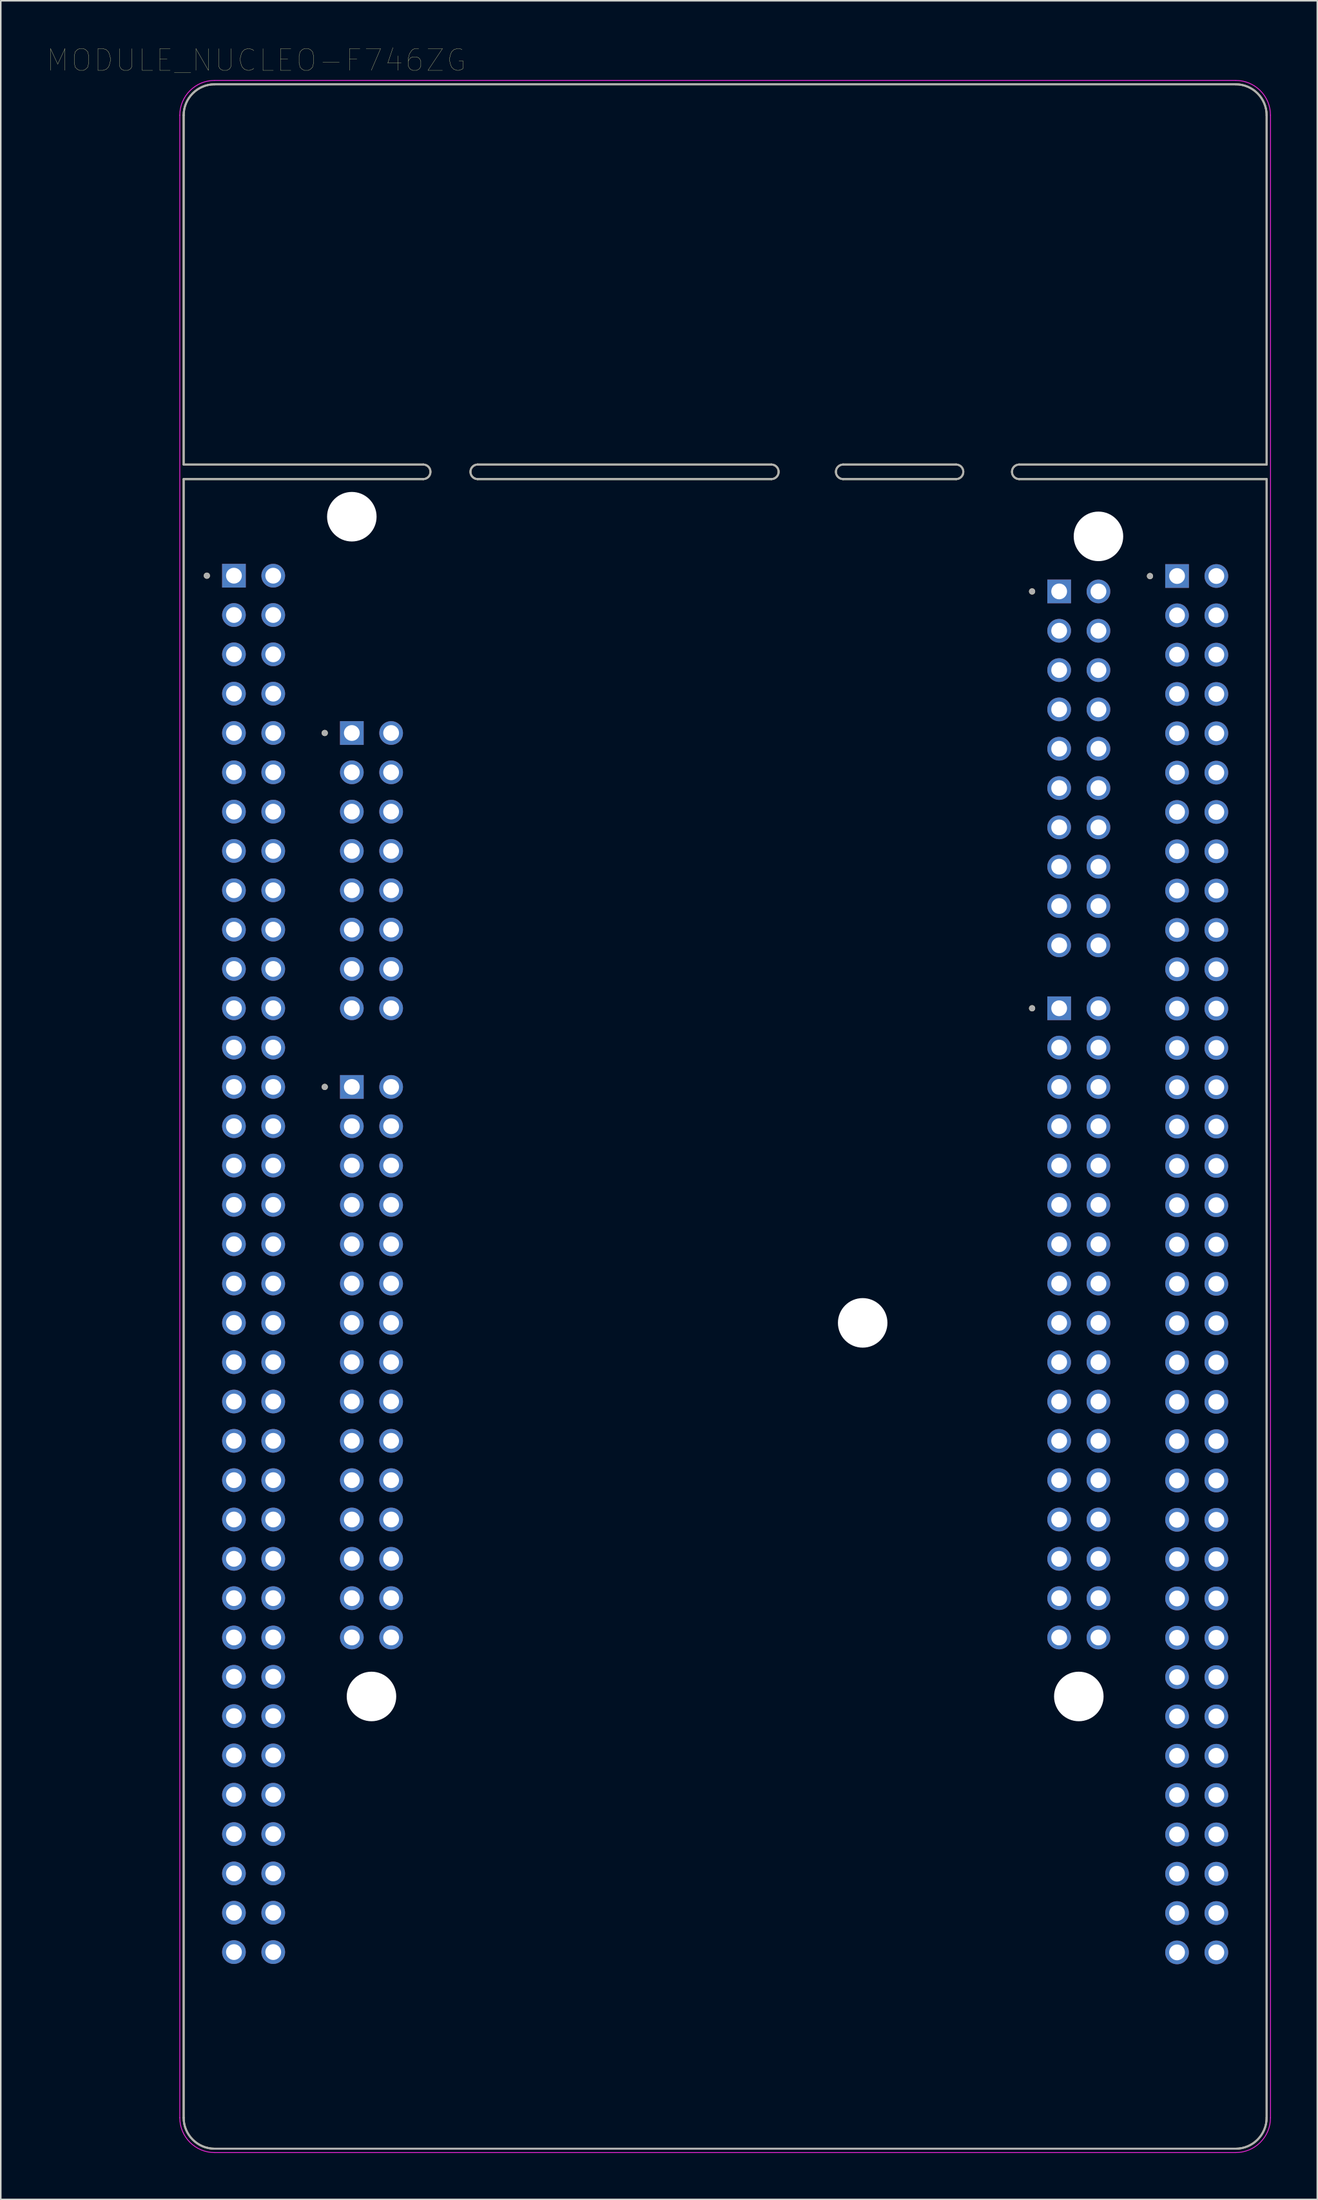
<source format=kicad_pcb>
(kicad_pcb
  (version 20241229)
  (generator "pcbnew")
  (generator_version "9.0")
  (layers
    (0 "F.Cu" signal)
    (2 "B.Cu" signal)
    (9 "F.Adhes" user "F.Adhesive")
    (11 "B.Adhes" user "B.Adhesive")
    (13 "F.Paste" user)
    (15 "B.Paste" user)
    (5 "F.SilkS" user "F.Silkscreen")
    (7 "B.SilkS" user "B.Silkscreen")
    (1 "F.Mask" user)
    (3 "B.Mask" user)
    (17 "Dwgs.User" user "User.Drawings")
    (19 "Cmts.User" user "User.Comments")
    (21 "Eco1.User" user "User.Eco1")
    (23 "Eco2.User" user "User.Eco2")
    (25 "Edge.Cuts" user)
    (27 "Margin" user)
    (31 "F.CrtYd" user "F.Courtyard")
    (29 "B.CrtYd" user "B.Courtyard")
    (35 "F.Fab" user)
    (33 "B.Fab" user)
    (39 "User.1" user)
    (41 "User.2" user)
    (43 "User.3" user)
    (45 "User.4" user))
  (footprint "MODULE_NUCLEO-F746ZG"
    (layer "F.Cu")
    (at 43.821 69.064)
    (property "Reference" "MODULE_NUCLEO-F746ZG" (at -30.305 -68.219 0) (layer "F.SilkS") (effects (font (size 1.4 1.4) (thickness 0.015))))
    (attr through_hole)
    (fp_line (start -35 -64.67) (end -35 -42.11) (stroke (width 0.127) (type solid)) (layer "F.SilkS"))
    (fp_line (start -35 -42.11) (end -19.507 -42.11) (stroke (width 0.127) (type solid)) (layer "F.SilkS"))
    (fp_line (start -35 -41.17) (end -35 64.67) (stroke (width 0.127) (type solid)) (layer "F.SilkS"))
    (fp_line (start -35 -41.17) (end -19.507 -41.17) (stroke (width 0.127) (type solid)) (layer "F.SilkS"))
    (fp_line (start -33 66.67) (end 33 66.67) (stroke (width 0.127) (type solid)) (layer "F.SilkS"))
    (fp_line (start -16.002 -42.11) (end 2.997 -42.11) (stroke (width 0.127) (type solid)) (layer "F.SilkS"))
    (fp_line (start -16.002 -41.17) (end 2.997 -41.17) (stroke (width 0.127) (type solid)) (layer "F.SilkS"))
    (fp_line (start 7.62 -42.11) (end 14.935 -42.11) (stroke (width 0.127) (type solid)) (layer "F.SilkS"))
    (fp_line (start 7.62 -41.17) (end 14.935 -41.17) (stroke (width 0.127) (type solid)) (layer "F.SilkS"))
    (fp_line (start 18.999 -42.11) (end 35 -42.11) (stroke (width 0.127) (type solid)) (layer "F.SilkS"))
    (fp_line (start 18.999 -41.17) (end 35 -41.17) (stroke (width 0.127) (type solid)) (layer "F.SilkS"))
    (fp_line (start 33 -66.67) (end -33 -66.67) (stroke (width 0.127) (type solid)) (layer "F.SilkS"))
    (fp_line (start 35 -42.11) (end 35 -64.67) (stroke (width 0.127) (type solid)) (layer "F.SilkS"))
    (fp_line (start 35 64.67) (end 35 -41.17) (stroke (width 0.127) (type solid)) (layer "F.SilkS"))
    (fp_arc (start -35 -64.67) (mid -34.414214 -66.084214) (end -33 -66.67) (stroke (width 0.127) (type solid)) (layer "F.SilkS"))
    (fp_arc (start -33 66.67) (mid -34.414214 66.084214) (end -35 64.67) (stroke (width 0.127) (type solid)) (layer "F.SilkS"))
    (fp_arc (start -19.507199 -42.11) (mid -19.044602 -41.64) (end -19.5072 -41.17) (stroke (width 0.127) (type solid)) (layer "F.SilkS"))
    (fp_arc (start -16.002001 -41.17) (mid -16.464598 -41.64) (end -16.002 -42.11) (stroke (width 0.127) (type solid)) (layer "F.SilkS"))
    (fp_arc (start 2.997201 -42.11) (mid 3.459798 -41.64) (end 2.9972 -41.17) (stroke (width 0.127) (type solid)) (layer "F.SilkS"))
    (fp_arc (start 7.619999 -41.17) (mid 7.157402 -41.64) (end 7.62 -42.11) (stroke (width 0.127) (type solid)) (layer "F.SilkS"))
    (fp_arc (start 14.935201 -42.11) (mid 15.397798 -41.64) (end 14.9352 -41.17) (stroke (width 0.127) (type solid)) (layer "F.SilkS"))
    (fp_arc (start 18.999199 -41.17) (mid 18.536602 -41.64) (end 18.9992 -42.11) (stroke (width 0.127) (type solid)) (layer "F.SilkS"))
    (fp_arc (start 33 -66.67) (mid 34.414214 -66.084214) (end 35 -64.67) (stroke (width 0.127) (type solid)) (layer "F.SilkS"))
    (fp_arc (start 35 64.67) (mid 34.414214 66.084214) (end 33 66.67) (stroke (width 0.127) (type solid)) (layer "F.SilkS"))
    (fp_circle (center -33.5 -34.93) (end -33.4 -34.93) (stroke (width 0.2) (type solid)) (fill no) (layer "F.SilkS"))
    (fp_circle (center -25.88 -24.77) (end -25.78 -24.77) (stroke (width 0.2) (type solid)) (fill no) (layer "F.SilkS"))
    (fp_circle (center -25.88 -1.91) (end -25.78 -1.91) (stroke (width 0.2) (type solid)) (fill no) (layer "F.SilkS"))
    (fp_circle (center 19.84 -33.914) (end 19.94 -33.914) (stroke (width 0.2) (type solid)) (fill no) (layer "F.SilkS"))
    (fp_circle (center 19.84 -6.99) (end 19.94 -6.99) (stroke (width 0.2) (type solid)) (fill no) (layer "F.SilkS"))
    (fp_circle (center 27.46 -34.905) (end 27.56 -34.905) (stroke (width 0.2) (type solid)) (fill no) (layer "F.SilkS"))
    (fp_line (start -35.25 -64.67) (end -35.25 64.67) (stroke (width 0.05) (type solid)) (layer "F.CrtYd"))
    (fp_line (start -33 66.92) (end 33 66.92) (stroke (width 0.05) (type solid)) (layer "F.CrtYd"))
    (fp_line (start 33 -66.92) (end -33 -66.92) (stroke (width 0.05) (type solid)) (layer "F.CrtYd"))
    (fp_line (start 35.25 64.67) (end 35.25 -64.67) (stroke (width 0.05) (type solid)) (layer "F.CrtYd"))
    (fp_arc (start -35.25 -64.67) (mid -34.59099 -66.26099) (end -33 -66.92) (stroke (width 0.05) (type solid)) (layer "F.CrtYd"))
    (fp_arc (start -33 66.92) (mid -34.59099 66.26099) (end -35.25 64.67) (stroke (width 0.05) (type solid)) (layer "F.CrtYd"))
    (fp_arc (start 33 -66.92) (mid 34.59099 -66.26099) (end 35.25 -64.67) (stroke (width 0.05) (type solid)) (layer "F.CrtYd"))
    (fp_arc (start 35.25 64.67) (mid 34.59099 66.26099) (end 33 66.92) (stroke (width 0.05) (type solid)) (layer "F.CrtYd"))
    (fp_line (start -35 -64.67) (end -35 -42.11) (stroke (width 0.127) (type solid)) (layer "F.Fab"))
    (fp_line (start -35 -42.11) (end -19.507 -42.11) (stroke (width 0.127) (type solid)) (layer "F.Fab"))
    (fp_line (start -35 -41.17) (end -35 64.67) (stroke (width 0.127) (type solid)) (layer "F.Fab"))
    (fp_line (start -35 -41.17) (end -19.507 -41.17) (stroke (width 0.127) (type solid)) (layer "F.Fab"))
    (fp_line (start -33 66.67) (end 33 66.67) (stroke (width 0.127) (type solid)) (layer "F.Fab"))
    (fp_line (start -16.002 -42.11) (end 2.997 -42.11) (stroke (width 0.127) (type solid)) (layer "F.Fab"))
    (fp_line (start -16.002 -41.17) (end 2.997 -41.17) (stroke (width 0.127) (type solid)) (layer "F.Fab"))
    (fp_line (start 7.62 -42.11) (end 14.935 -42.11) (stroke (width 0.127) (type solid)) (layer "F.Fab"))
    (fp_line (start 7.62 -41.17) (end 14.935 -41.17) (stroke (width 0.127) (type solid)) (layer "F.Fab"))
    (fp_line (start 18.999 -42.11) (end 35 -42.11) (stroke (width 0.127) (type solid)) (layer "F.Fab"))
    (fp_line (start 18.999 -41.17) (end 35 -41.17) (stroke (width 0.127) (type solid)) (layer "F.Fab"))
    (fp_line (start 33 -66.67) (end -33 -66.67) (stroke (width 0.127) (type solid)) (layer "F.Fab"))
    (fp_line (start 35 -42.11) (end 35 -64.67) (stroke (width 0.127) (type solid)) (layer "F.Fab"))
    (fp_line (start 35 64.67) (end 35 -41.17) (stroke (width 0.127) (type solid)) (layer "F.Fab"))
    (fp_arc (start -35 -64.67) (mid -34.414214 -66.084214) (end -33 -66.67) (stroke (width 0.127) (type solid)) (layer "F.Fab"))
    (fp_arc (start -33 66.67) (mid -34.414214 66.084214) (end -35 64.67) (stroke (width 0.127) (type solid)) (layer "F.Fab"))
    (fp_arc (start -19.507199 -42.11) (mid -19.044602 -41.64) (end -19.5072 -41.17) (stroke (width 0.127) (type solid)) (layer "F.Fab"))
    (fp_arc (start -16.002001 -41.17) (mid -16.464598 -41.64) (end -16.002 -42.11) (stroke (width 0.127) (type solid)) (layer "F.Fab"))
    (fp_arc (start 2.997201 -42.11) (mid 3.459798 -41.64) (end 2.9972 -41.17) (stroke (width 0.127) (type solid)) (layer "F.Fab"))
    (fp_arc (start 7.619999 -41.17) (mid 7.157402 -41.64) (end 7.62 -42.11) (stroke (width 0.127) (type solid)) (layer "F.Fab"))
    (fp_arc (start 14.935201 -42.11) (mid 15.397798 -41.64) (end 14.9352 -41.17) (stroke (width 0.127) (type solid)) (layer "F.Fab"))
    (fp_arc (start 18.999199 -41.17) (mid 18.536602 -41.64) (end 18.9992 -42.11) (stroke (width 0.127) (type solid)) (layer "F.Fab"))
    (fp_arc (start 33 -66.67) (mid 34.414214 -66.084214) (end 35 -64.67) (stroke (width 0.127) (type solid)) (layer "F.Fab"))
    (fp_arc (start 35 64.67) (mid 34.414214 66.084214) (end 33 66.67) (stroke (width 0.127) (type solid)) (layer "F.Fab"))
    (fp_circle (center -33.5 -34.93) (end -33.4 -34.93) (stroke (width 0.2) (type solid)) (fill no) (layer "F.Fab"))
    (fp_circle (center -25.88 -24.77) (end -25.78 -24.77) (stroke (width 0.2) (type solid)) (fill no) (layer "F.Fab"))
    (fp_circle (center -25.88 -1.91) (end -25.78 -1.91) (stroke (width 0.2) (type solid)) (fill no) (layer "F.Fab"))
    (fp_circle (center 19.84 -33.914) (end 19.94 -33.914) (stroke (width 0.2) (type solid)) (fill no) (layer "F.Fab"))
    (fp_circle (center 19.84 -6.99) (end 19.94 -6.99) (stroke (width 0.2) (type solid)) (fill no) (layer "F.Fab"))
    (fp_circle (center 27.46 -34.905) (end 27.56 -34.905) (stroke (width 0.2) (type solid)) (fill no) (layer "F.Fab"))
    (pad "" np_thru_hole circle (at -24.13 -38.74) (size 3.2 3.2) (drill 3.2) (layers "*.Cu" "*.Mask"))
    (pad "" np_thru_hole circle (at -22.86 37.46) (size 3.2 3.2) (drill 3.2) (layers "*.Cu" "*.Mask"))
    (pad "" np_thru_hole circle (at 8.89 13.33) (size 3.2 3.2) (drill 3.2) (layers "*.Cu" "*.Mask"))
    (pad "" np_thru_hole circle (at 22.86 37.46) (size 3.2 3.2) (drill 3.2) (layers "*.Cu" "*.Mask"))
    (pad "" np_thru_hole circle (at 24.13 -37.47) (size 3.2 3.2) (drill 3.2) (layers "*.Cu" "*.Mask"))
    (pad "CN7_1" thru_hole rect (at 21.59 -33.914) (size 1.53 1.53) (drill 1.02) (layers "*.Cu" "*.Mask"))
    (pad "CN7_2" thru_hole circle (at 24.13 -33.914) (size 1.53 1.53) (drill 1.02) (layers "*.Cu" "*.Mask"))
    (pad "CN7_3" thru_hole circle (at 21.59 -31.374) (size 1.53 1.53) (drill 1.02) (layers "*.Cu" "*.Mask"))
    (pad "CN7_4" thru_hole circle (at 24.13 -31.374) (size 1.53 1.53) (drill 1.02) (layers "*.Cu" "*.Mask"))
    (pad "CN7_5" thru_hole circle (at 21.59 -28.834) (size 1.53 1.53) (drill 1.02) (layers "*.Cu" "*.Mask"))
    (pad "CN7_6" thru_hole circle (at 24.13 -28.834) (size 1.53 1.53) (drill 1.02) (layers "*.Cu" "*.Mask"))
    (pad "CN7_7" thru_hole circle (at 21.59 -26.294) (size 1.53 1.53) (drill 1.02) (layers "*.Cu" "*.Mask"))
    (pad "CN7_8" thru_hole circle (at 24.13 -26.294) (size 1.53 1.53) (drill 1.02) (layers "*.Cu" "*.Mask"))
    (pad "CN7_9" thru_hole circle (at 21.59 -23.754) (size 1.53 1.53) (drill 1.02) (layers "*.Cu" "*.Mask"))
    (pad "CN7_10" thru_hole circle (at 24.13 -23.754) (size 1.53 1.53) (drill 1.02) (layers "*.Cu" "*.Mask"))
    (pad "CN7_11" thru_hole circle (at 21.59 -21.214) (size 1.53 1.53) (drill 1.02) (layers "*.Cu" "*.Mask"))
    (pad "CN7_12" thru_hole circle (at 24.13 -21.214) (size 1.53 1.53) (drill 1.02) (layers "*.Cu" "*.Mask"))
    (pad "CN7_13" thru_hole circle (at 21.59 -18.674) (size 1.53 1.53) (drill 1.02) (layers "*.Cu" "*.Mask"))
    (pad "CN7_14" thru_hole circle (at 24.13 -18.674) (size 1.53 1.53) (drill 1.02) (layers "*.Cu" "*.Mask"))
    (pad "CN7_15" thru_hole circle (at 21.59 -16.134) (size 1.53 1.53) (drill 1.02) (layers "*.Cu" "*.Mask"))
    (pad "CN7_16" thru_hole circle (at 24.13 -16.134) (size 1.53 1.53) (drill 1.02) (layers "*.Cu" "*.Mask"))
    (pad "CN7_17" thru_hole circle (at 21.59 -13.594) (size 1.53 1.53) (drill 1.02) (layers "*.Cu" "*.Mask"))
    (pad "CN7_18" thru_hole circle (at 24.13 -13.594) (size 1.53 1.53) (drill 1.02) (layers "*.Cu" "*.Mask"))
    (pad "CN7_19" thru_hole circle (at 21.59 -11.054) (size 1.53 1.53) (drill 1.02) (layers "*.Cu" "*.Mask"))
    (pad "CN7_20" thru_hole circle (at 24.13 -11.054) (size 1.53 1.53) (drill 1.02) (layers "*.Cu" "*.Mask"))
    (pad "CN8_1" thru_hole rect (at -24.13 -24.77) (size 1.53 1.53) (drill 1.02) (layers "*.Cu" "*.Mask"))
    (pad "CN8_2" thru_hole circle (at -21.59 -24.77) (size 1.53 1.53) (drill 1.02) (layers "*.Cu" "*.Mask"))
    (pad "CN8_3" thru_hole circle (at -24.13 -22.23) (size 1.53 1.53) (drill 1.02) (layers "*.Cu" "*.Mask"))
    (pad "CN8_4" thru_hole circle (at -21.59 -22.23) (size 1.53 1.53) (drill 1.02) (layers "*.Cu" "*.Mask"))
    (pad "CN8_5" thru_hole circle (at -24.13 -19.69) (size 1.53 1.53) (drill 1.02) (layers "*.Cu" "*.Mask"))
    (pad "CN8_6" thru_hole circle (at -21.59 -19.69) (size 1.53 1.53) (drill 1.02) (layers "*.Cu" "*.Mask"))
    (pad "CN8_7" thru_hole circle (at -24.13 -17.15) (size 1.53 1.53) (drill 1.02) (layers "*.Cu" "*.Mask"))
    (pad "CN8_8" thru_hole circle (at -21.59 -17.15) (size 1.53 1.53) (drill 1.02) (layers "*.Cu" "*.Mask"))
    (pad "CN8_9" thru_hole circle (at -24.13 -14.61) (size 1.53 1.53) (drill 1.02) (layers "*.Cu" "*.Mask"))
    (pad "CN8_10" thru_hole circle (at -21.59 -14.61) (size 1.53 1.53) (drill 1.02) (layers "*.Cu" "*.Mask"))
    (pad "CN8_11" thru_hole circle (at -24.13 -12.07) (size 1.53 1.53) (drill 1.02) (layers "*.Cu" "*.Mask"))
    (pad "CN8_12" thru_hole circle (at -21.59 -12.07) (size 1.53 1.53) (drill 1.02) (layers "*.Cu" "*.Mask"))
    (pad "CN8_13" thru_hole circle (at -24.13 -9.53) (size 1.53 1.53) (drill 1.02) (layers "*.Cu" "*.Mask"))
    (pad "CN8_14" thru_hole circle (at -21.59 -9.53) (size 1.53 1.53) (drill 1.02) (layers "*.Cu" "*.Mask"))
    (pad "CN8_15" thru_hole circle (at -24.13 -6.99) (size 1.53 1.53) (drill 1.02) (layers "*.Cu" "*.Mask"))
    (pad "CN8_16" thru_hole circle (at -21.59 -6.99) (size 1.53 1.53) (drill 1.02) (layers "*.Cu" "*.Mask"))
    (pad "CN9_1" thru_hole rect (at -24.13 -1.91) (size 1.53 1.53) (drill 1.02) (layers "*.Cu" "*.Mask"))
    (pad "CN9_2" thru_hole circle (at -21.59 -1.91) (size 1.53 1.53) (drill 1.02) (layers "*.Cu" "*.Mask"))
    (pad "CN9_3" thru_hole circle (at -24.13 0.63) (size 1.53 1.53) (drill 1.02) (layers "*.Cu" "*.Mask"))
    (pad "CN9_4" thru_hole circle (at -21.59 0.63) (size 1.53 1.53) (drill 1.02) (layers "*.Cu" "*.Mask"))
    (pad "CN9_5" thru_hole circle (at -24.13 3.17) (size 1.53 1.53) (drill 1.02) (layers "*.Cu" "*.Mask"))
    (pad "CN9_6" thru_hole circle (at -21.59 3.17) (size 1.53 1.53) (drill 1.02) (layers "*.Cu" "*.Mask"))
    (pad "CN9_7" thru_hole circle (at -24.13 5.71) (size 1.53 1.53) (drill 1.02) (layers "*.Cu" "*.Mask"))
    (pad "CN9_8" thru_hole circle (at -21.59 5.71) (size 1.53 1.53) (drill 1.02) (layers "*.Cu" "*.Mask"))
    (pad "CN9_9" thru_hole circle (at -24.13 8.25) (size 1.53 1.53) (drill 1.02) (layers "*.Cu" "*.Mask"))
    (pad "CN9_10" thru_hole circle (at -21.59 8.25) (size 1.53 1.53) (drill 1.02) (layers "*.Cu" "*.Mask"))
    (pad "CN9_11" thru_hole circle (at -24.13 10.79) (size 1.53 1.53) (drill 1.02) (layers "*.Cu" "*.Mask"))
    (pad "CN9_12" thru_hole circle (at -21.59 10.79) (size 1.53 1.53) (drill 1.02) (layers "*.Cu" "*.Mask"))
    (pad "CN9_13" thru_hole circle (at -24.13 13.33) (size 1.53 1.53) (drill 1.02) (layers "*.Cu" "*.Mask"))
    (pad "CN9_14" thru_hole circle (at -21.59 13.33) (size 1.53 1.53) (drill 1.02) (layers "*.Cu" "*.Mask"))
    (pad "CN9_15" thru_hole circle (at -24.13 15.87) (size 1.53 1.53) (drill 1.02) (layers "*.Cu" "*.Mask"))
    (pad "CN9_16" thru_hole circle (at -21.59 15.87) (size 1.53 1.53) (drill 1.02) (layers "*.Cu" "*.Mask"))
    (pad "CN9_17" thru_hole circle (at -24.13 18.41) (size 1.53 1.53) (drill 1.02) (layers "*.Cu" "*.Mask"))
    (pad "CN9_18" thru_hole circle (at -21.59 18.41) (size 1.53 1.53) (drill 1.02) (layers "*.Cu" "*.Mask"))
    (pad "CN9_19" thru_hole circle (at -24.13 20.95) (size 1.53 1.53) (drill 1.02) (layers "*.Cu" "*.Mask"))
    (pad "CN9_20" thru_hole circle (at -21.59 20.95) (size 1.53 1.53) (drill 1.02) (layers "*.Cu" "*.Mask"))
    (pad "CN9_21" thru_hole circle (at -24.13 23.49) (size 1.53 1.53) (drill 1.02) (layers "*.Cu" "*.Mask"))
    (pad "CN9_22" thru_hole circle (at -21.59 23.49) (size 1.53 1.53) (drill 1.02) (layers "*.Cu" "*.Mask"))
    (pad "CN9_23" thru_hole circle (at -24.13 26.03) (size 1.53 1.53) (drill 1.02) (layers "*.Cu" "*.Mask"))
    (pad "CN9_24" thru_hole circle (at -21.59 26.03) (size 1.53 1.53) (drill 1.02) (layers "*.Cu" "*.Mask"))
    (pad "CN9_25" thru_hole circle (at -24.13 28.57) (size 1.53 1.53) (drill 1.02) (layers "*.Cu" "*.Mask"))
    (pad "CN9_26" thru_hole circle (at -21.59 28.57) (size 1.53 1.53) (drill 1.02) (layers "*.Cu" "*.Mask"))
    (pad "CN9_27" thru_hole circle (at -24.13 31.11) (size 1.53 1.53) (drill 1.02) (layers "*.Cu" "*.Mask"))
    (pad "CN9_28" thru_hole circle (at -21.59 31.11) (size 1.53 1.53) (drill 1.02) (layers "*.Cu" "*.Mask"))
    (pad "CN9_29" thru_hole circle (at -24.13 33.65) (size 1.53 1.53) (drill 1.02) (layers "*.Cu" "*.Mask"))
    (pad "CN9_30" thru_hole circle (at -21.59 33.65) (size 1.53 1.53) (drill 1.02) (layers "*.Cu" "*.Mask"))
    (pad "CN10_1" thru_hole rect (at 21.59 -6.99) (size 1.53 1.53) (drill 1.02) (layers "*.Cu" "*.Mask"))
    (pad "CN10_2" thru_hole circle (at 24.13 -6.99) (size 1.53 1.53) (drill 1.02) (layers "*.Cu" "*.Mask"))
    (pad "CN10_3" thru_hole circle (at 21.59 -4.45) (size 1.53 1.53) (drill 1.02) (layers "*.Cu" "*.Mask"))
    (pad "CN10_4" thru_hole circle (at 24.13 -4.45) (size 1.53 1.53) (drill 1.02) (layers "*.Cu" "*.Mask"))
    (pad "CN10_5" thru_hole circle (at 21.59 -1.91) (size 1.53 1.53) (drill 1.02) (layers "*.Cu" "*.Mask"))
    (pad "CN10_6" thru_hole circle (at 24.13 -1.91) (size 1.53 1.53) (drill 1.02) (layers "*.Cu" "*.Mask"))
    (pad "CN10_7" thru_hole circle (at 21.59 0.63) (size 1.53 1.53) (drill 1.02) (layers "*.Cu" "*.Mask"))
    (pad "CN10_8" thru_hole circle (at 24.13 0.63) (size 1.53 1.53) (drill 1.02) (layers "*.Cu" "*.Mask"))
    (pad "CN10_9" thru_hole circle (at 21.59 3.17) (size 1.53 1.53) (drill 1.02) (layers "*.Cu" "*.Mask"))
    (pad "CN10_10" thru_hole circle (at 24.13 3.17) (size 1.53 1.53) (drill 1.02) (layers "*.Cu" "*.Mask"))
    (pad "CN10_11" thru_hole circle (at 21.59 5.71) (size 1.53 1.53) (drill 1.02) (layers "*.Cu" "*.Mask"))
    (pad "CN10_12" thru_hole circle (at 24.13 5.71) (size 1.53 1.53) (drill 1.02) (layers "*.Cu" "*.Mask"))
    (pad "CN10_13" thru_hole circle (at 21.59 8.25) (size 1.53 1.53) (drill 1.02) (layers "*.Cu" "*.Mask"))
    (pad "CN10_14" thru_hole circle (at 24.13 8.25) (size 1.53 1.53) (drill 1.02) (layers "*.Cu" "*.Mask"))
    (pad "CN10_15" thru_hole circle (at 21.59 10.79) (size 1.53 1.53) (drill 1.02) (layers "*.Cu" "*.Mask"))
    (pad "CN10_16" thru_hole circle (at 24.13 10.79) (size 1.53 1.53) (drill 1.02) (layers "*.Cu" "*.Mask"))
    (pad "CN10_17" thru_hole circle (at 21.59 13.33) (size 1.53 1.53) (drill 1.02) (layers "*.Cu" "*.Mask"))
    (pad "CN10_18" thru_hole circle (at 24.13 13.33) (size 1.53 1.53) (drill 1.02) (layers "*.Cu" "*.Mask"))
    (pad "CN10_19" thru_hole circle (at 21.59 15.87) (size 1.53 1.53) (drill 1.02) (layers "*.Cu" "*.Mask"))
    (pad "CN10_20" thru_hole circle (at 24.13 15.87) (size 1.53 1.53) (drill 1.02) (layers "*.Cu" "*.Mask"))
    (pad "CN10_21" thru_hole circle (at 21.59 18.41) (size 1.53 1.53) (drill 1.02) (layers "*.Cu" "*.Mask"))
    (pad "CN10_22" thru_hole circle (at 24.13 18.41) (size 1.53 1.53) (drill 1.02) (layers "*.Cu" "*.Mask"))
    (pad "CN10_23" thru_hole circle (at 21.59 20.95) (size 1.53 1.53) (drill 1.02) (layers "*.Cu" "*.Mask"))
    (pad "CN10_24" thru_hole circle (at 24.13 20.95) (size 1.53 1.53) (drill 1.02) (layers "*.Cu" "*.Mask"))
    (pad "CN10_25" thru_hole circle (at 21.59 23.49) (size 1.53 1.53) (drill 1.02) (layers "*.Cu" "*.Mask"))
    (pad "CN10_26" thru_hole circle (at 24.13 23.49) (size 1.53 1.53) (drill 1.02) (layers "*.Cu" "*.Mask"))
    (pad "CN10_27" thru_hole circle (at 21.59 26.03) (size 1.53 1.53) (drill 1.02) (layers "*.Cu" "*.Mask"))
    (pad "CN10_28" thru_hole circle (at 24.13 26.03) (size 1.53 1.53) (drill 1.02) (layers "*.Cu" "*.Mask"))
    (pad "CN10_29" thru_hole circle (at 21.59 28.57) (size 1.53 1.53) (drill 1.02) (layers "*.Cu" "*.Mask"))
    (pad "CN10_30" thru_hole circle (at 24.13 28.57) (size 1.53 1.53) (drill 1.02) (layers "*.Cu" "*.Mask"))
    (pad "CN10_31" thru_hole circle (at 21.59 31.11) (size 1.53 1.53) (drill 1.02) (layers "*.Cu" "*.Mask"))
    (pad "CN10_32" thru_hole circle (at 24.13 31.11) (size 1.53 1.53) (drill 1.02) (layers "*.Cu" "*.Mask"))
    (pad "CN10_33" thru_hole circle (at 21.59 33.65) (size 1.53 1.53) (drill 1.02) (layers "*.Cu" "*.Mask"))
    (pad "CN10_34" thru_hole circle (at 24.13 33.65) (size 1.53 1.53) (drill 1.02) (layers "*.Cu" "*.Mask"))
    (pad "CN11_1" thru_hole rect (at -31.75 -34.93) (size 1.53 1.53) (drill 1.02) (layers "*.Cu" "*.Mask"))
    (pad "CN11_2" thru_hole circle (at -29.21 -34.93) (size 1.53 1.53) (drill 1.02) (layers "*.Cu" "*.Mask"))
    (pad "CN11_3" thru_hole circle (at -31.75 -32.39) (size 1.53 1.53) (drill 1.02) (layers "*.Cu" "*.Mask"))
    (pad "CN11_4" thru_hole circle (at -29.21 -32.39) (size 1.53 1.53) (drill 1.02) (layers "*.Cu" "*.Mask"))
    (pad "CN11_5" thru_hole circle (at -31.75 -29.85) (size 1.53 1.53) (drill 1.02) (layers "*.Cu" "*.Mask"))
    (pad "CN11_6" thru_hole circle (at -29.21 -29.85) (size 1.53 1.53) (drill 1.02) (layers "*.Cu" "*.Mask"))
    (pad "CN11_7" thru_hole circle (at -31.75 -27.31) (size 1.53 1.53) (drill 1.02) (layers "*.Cu" "*.Mask"))
    (pad "CN11_8" thru_hole circle (at -29.21 -27.31) (size 1.53 1.53) (drill 1.02) (layers "*.Cu" "*.Mask"))
    (pad "CN11_9" thru_hole circle (at -31.75 -24.77) (size 1.53 1.53) (drill 1.02) (layers "*.Cu" "*.Mask"))
    (pad "CN11_10" thru_hole circle (at -29.21 -24.77) (size 1.53 1.53) (drill 1.02) (layers "*.Cu" "*.Mask"))
    (pad "CN11_11" thru_hole circle (at -31.75 -22.23) (size 1.53 1.53) (drill 1.02) (layers "*.Cu" "*.Mask"))
    (pad "CN11_12" thru_hole circle (at -29.21 -22.23) (size 1.53 1.53) (drill 1.02) (layers "*.Cu" "*.Mask"))
    (pad "CN11_13" thru_hole circle (at -31.75 -19.69) (size 1.53 1.53) (drill 1.02) (layers "*.Cu" "*.Mask"))
    (pad "CN11_14" thru_hole circle (at -29.21 -19.69) (size 1.53 1.53) (drill 1.02) (layers "*.Cu" "*.Mask"))
    (pad "CN11_15" thru_hole circle (at -31.75 -17.15) (size 1.53 1.53) (drill 1.02) (layers "*.Cu" "*.Mask"))
    (pad "CN11_16" thru_hole circle (at -29.21 -17.15) (size 1.53 1.53) (drill 1.02) (layers "*.Cu" "*.Mask"))
    (pad "CN11_17" thru_hole circle (at -31.75 -14.61) (size 1.53 1.53) (drill 1.02) (layers "*.Cu" "*.Mask"))
    (pad "CN11_18" thru_hole circle (at -29.21 -14.61) (size 1.53 1.53) (drill 1.02) (layers "*.Cu" "*.Mask"))
    (pad "CN11_19" thru_hole circle (at -31.75 -12.07) (size 1.53 1.53) (drill 1.02) (layers "*.Cu" "*.Mask"))
    (pad "CN11_20" thru_hole circle (at -29.21 -12.07) (size 1.53 1.53) (drill 1.02) (layers "*.Cu" "*.Mask"))
    (pad "CN11_21" thru_hole circle (at -31.75 -9.53) (size 1.53 1.53) (drill 1.02) (layers "*.Cu" "*.Mask"))
    (pad "CN11_22" thru_hole circle (at -29.21 -9.53) (size 1.53 1.53) (drill 1.02) (layers "*.Cu" "*.Mask"))
    (pad "CN11_23" thru_hole circle (at -31.75 -6.99) (size 1.53 1.53) (drill 1.02) (layers "*.Cu" "*.Mask"))
    (pad "CN11_24" thru_hole circle (at -29.21 -6.99) (size 1.53 1.53) (drill 1.02) (layers "*.Cu" "*.Mask"))
    (pad "CN11_25" thru_hole circle (at -31.75 -4.45) (size 1.53 1.53) (drill 1.02) (layers "*.Cu" "*.Mask"))
    (pad "CN11_26" thru_hole circle (at -29.21 -4.45) (size 1.53 1.53) (drill 1.02) (layers "*.Cu" "*.Mask"))
    (pad "CN11_27" thru_hole circle (at -31.75 -1.91) (size 1.53 1.53) (drill 1.02) (layers "*.Cu" "*.Mask"))
    (pad "CN11_28" thru_hole circle (at -29.21 -1.91) (size 1.53 1.53) (drill 1.02) (layers "*.Cu" "*.Mask"))
    (pad "CN11_29" thru_hole circle (at -31.75 0.63) (size 1.53 1.53) (drill 1.02) (layers "*.Cu" "*.Mask"))
    (pad "CN11_30" thru_hole circle (at -29.21 0.63) (size 1.53 1.53) (drill 1.02) (layers "*.Cu" "*.Mask"))
    (pad "CN11_31" thru_hole circle (at -31.75 3.17) (size 1.53 1.53) (drill 1.02) (layers "*.Cu" "*.Mask"))
    (pad "CN11_32" thru_hole circle (at -29.21 3.17) (size 1.53 1.53) (drill 1.02) (layers "*.Cu" "*.Mask"))
    (pad "CN11_33" thru_hole circle (at -31.75 5.71) (size 1.53 1.53) (drill 1.02) (layers "*.Cu" "*.Mask"))
    (pad "CN11_34" thru_hole circle (at -29.21 5.71) (size 1.53 1.53) (drill 1.02) (layers "*.Cu" "*.Mask"))
    (pad "CN11_35" thru_hole circle (at -31.75 8.25) (size 1.53 1.53) (drill 1.02) (layers "*.Cu" "*.Mask"))
    (pad "CN11_36" thru_hole circle (at -29.21 8.25) (size 1.53 1.53) (drill 1.02) (layers "*.Cu" "*.Mask"))
    (pad "CN11_37" thru_hole circle (at -31.75 10.79) (size 1.53 1.53) (drill 1.02) (layers "*.Cu" "*.Mask"))
    (pad "CN11_38" thru_hole circle (at -29.21 10.79) (size 1.53 1.53) (drill 1.02) (layers "*.Cu" "*.Mask"))
    (pad "CN11_39" thru_hole circle (at -31.75 13.33) (size 1.53 1.53) (drill 1.02) (layers "*.Cu" "*.Mask"))
    (pad "CN11_40" thru_hole circle (at -29.21 13.33) (size 1.53 1.53) (drill 1.02) (layers "*.Cu" "*.Mask"))
    (pad "CN11_41" thru_hole circle (at -31.75 15.87) (size 1.53 1.53) (drill 1.02) (layers "*.Cu" "*.Mask"))
    (pad "CN11_42" thru_hole circle (at -29.21 15.87) (size 1.53 1.53) (drill 1.02) (layers "*.Cu" "*.Mask"))
    (pad "CN11_43" thru_hole circle (at -31.75 18.41) (size 1.53 1.53) (drill 1.02) (layers "*.Cu" "*.Mask"))
    (pad "CN11_44" thru_hole circle (at -29.21 18.41) (size 1.53 1.53) (drill 1.02) (layers "*.Cu" "*.Mask"))
    (pad "CN11_45" thru_hole circle (at -31.75 20.95) (size 1.53 1.53) (drill 1.02) (layers "*.Cu" "*.Mask"))
    (pad "CN11_46" thru_hole circle (at -29.21 20.95) (size 1.53 1.53) (drill 1.02) (layers "*.Cu" "*.Mask"))
    (pad "CN11_47" thru_hole circle (at -31.75 23.49) (size 1.53 1.53) (drill 1.02) (layers "*.Cu" "*.Mask"))
    (pad "CN11_48" thru_hole circle (at -29.21 23.49) (size 1.53 1.53) (drill 1.02) (layers "*.Cu" "*.Mask"))
    (pad "CN11_49" thru_hole circle (at -31.75 26.03) (size 1.53 1.53) (drill 1.02) (layers "*.Cu" "*.Mask"))
    (pad "CN11_50" thru_hole circle (at -29.21 26.03) (size 1.53 1.53) (drill 1.02) (layers "*.Cu" "*.Mask"))
    (pad "CN11_51" thru_hole circle (at -31.75 28.57) (size 1.53 1.53) (drill 1.02) (layers "*.Cu" "*.Mask"))
    (pad "CN11_52" thru_hole circle (at -29.21 28.57) (size 1.53 1.53) (drill 1.02) (layers "*.Cu" "*.Mask"))
    (pad "CN11_53" thru_hole circle (at -31.75 31.11) (size 1.53 1.53) (drill 1.02) (layers "*.Cu" "*.Mask"))
    (pad "CN11_54" thru_hole circle (at -29.21 31.11) (size 1.53 1.53) (drill 1.02) (layers "*.Cu" "*.Mask"))
    (pad "CN11_55" thru_hole circle (at -31.75 33.65) (size 1.53 1.53) (drill 1.02) (layers "*.Cu" "*.Mask"))
    (pad "CN11_56" thru_hole circle (at -29.21 33.65) (size 1.53 1.53) (drill 1.02) (layers "*.Cu" "*.Mask"))
    (pad "CN11_57" thru_hole circle (at -31.75 36.19) (size 1.53 1.53) (drill 1.02) (layers "*.Cu" "*.Mask"))
    (pad "CN11_58" thru_hole circle (at -29.21 36.19) (size 1.53 1.53) (drill 1.02) (layers "*.Cu" "*.Mask"))
    (pad "CN11_59" thru_hole circle (at -31.75 38.73) (size 1.53 1.53) (drill 1.02) (layers "*.Cu" "*.Mask"))
    (pad "CN11_60" thru_hole circle (at -29.21 38.73) (size 1.53 1.53) (drill 1.02) (layers "*.Cu" "*.Mask"))
    (pad "CN11_61" thru_hole circle (at -31.75 41.27) (size 1.53 1.53) (drill 1.02) (layers "*.Cu" "*.Mask"))
    (pad "CN11_62" thru_hole circle (at -29.21 41.27) (size 1.53 1.53) (drill 1.02) (layers "*.Cu" "*.Mask"))
    (pad "CN11_63" thru_hole circle (at -31.75 43.81) (size 1.53 1.53) (drill 1.02) (layers "*.Cu" "*.Mask"))
    (pad "CN11_64" thru_hole circle (at -29.21 43.81) (size 1.53 1.53) (drill 1.02) (layers "*.Cu" "*.Mask"))
    (pad "CN11_65" thru_hole circle (at -31.75 46.35) (size 1.53 1.53) (drill 1.02) (layers "*.Cu" "*.Mask"))
    (pad "CN11_66" thru_hole circle (at -29.21 46.35) (size 1.53 1.53) (drill 1.02) (layers "*.Cu" "*.Mask"))
    (pad "CN11_67" thru_hole circle (at -31.75 48.89) (size 1.53 1.53) (drill 1.02) (layers "*.Cu" "*.Mask"))
    (pad "CN11_68" thru_hole circle (at -29.21 48.89) (size 1.53 1.53) (drill 1.02) (layers "*.Cu" "*.Mask"))
    (pad "CN11_69" thru_hole circle (at -31.75 51.43) (size 1.53 1.53) (drill 1.02) (layers "*.Cu" "*.Mask"))
    (pad "CN11_70" thru_hole circle (at -29.21 51.43) (size 1.53 1.53) (drill 1.02) (layers "*.Cu" "*.Mask"))
    (pad "CN11_71" thru_hole circle (at -31.75 53.97) (size 1.53 1.53) (drill 1.02) (layers "*.Cu" "*.Mask"))
    (pad "CN11_72" thru_hole circle (at -29.21 53.97) (size 1.53 1.53) (drill 1.02) (layers "*.Cu" "*.Mask"))
    (pad "CN12_1" thru_hole rect (at 29.21 -34.91) (size 1.53 1.53) (drill 1.02) (layers "*.Cu" "*.Mask"))
    (pad "CN12_2" thru_hole circle (at 31.75 -34.91) (size 1.53 1.53) (drill 1.02) (layers "*.Cu" "*.Mask"))
    (pad "CN12_3" thru_hole circle (at 29.21 -32.37) (size 1.53 1.53) (drill 1.02) (layers "*.Cu" "*.Mask"))
    (pad "CN12_4" thru_hole circle (at 31.75 -32.37) (size 1.53 1.53) (drill 1.02) (layers "*.Cu" "*.Mask"))
    (pad "CN12_5" thru_hole circle (at 29.21 -29.83) (size 1.53 1.53) (drill 1.02) (layers "*.Cu" "*.Mask"))
    (pad "CN12_6" thru_hole circle (at 31.75 -29.83) (size 1.53 1.53) (drill 1.02) (layers "*.Cu" "*.Mask"))
    (pad "CN12_7" thru_hole circle (at 29.21 -27.29) (size 1.53 1.53) (drill 1.02) (layers "*.Cu" "*.Mask"))
    (pad "CN12_8" thru_hole circle (at 31.75 -27.29) (size 1.53 1.53) (drill 1.02) (layers "*.Cu" "*.Mask"))
    (pad "CN12_9" thru_hole circle (at 29.21 -24.75) (size 1.53 1.53) (drill 1.02) (layers "*.Cu" "*.Mask"))
    (pad "CN12_10" thru_hole circle (at 31.75 -24.75) (size 1.53 1.53) (drill 1.02) (layers "*.Cu" "*.Mask"))
    (pad "CN12_11" thru_hole circle (at 29.21 -22.21) (size 1.53 1.53) (drill 1.02) (layers "*.Cu" "*.Mask"))
    (pad "CN12_12" thru_hole circle (at 31.75 -22.21) (size 1.53 1.53) (drill 1.02) (layers "*.Cu" "*.Mask"))
    (pad "CN12_13" thru_hole circle (at 29.21 -19.67) (size 1.53 1.53) (drill 1.02) (layers "*.Cu" "*.Mask"))
    (pad "CN12_14" thru_hole circle (at 31.75 -19.67) (size 1.53 1.53) (drill 1.02) (layers "*.Cu" "*.Mask"))
    (pad "CN12_15" thru_hole circle (at 29.21 -17.13) (size 1.53 1.53) (drill 1.02) (layers "*.Cu" "*.Mask"))
    (pad "CN12_16" thru_hole circle (at 31.75 -17.13) (size 1.53 1.53) (drill 1.02) (layers "*.Cu" "*.Mask"))
    (pad "CN12_17" thru_hole circle (at 29.21 -14.59) (size 1.53 1.53) (drill 1.02) (layers "*.Cu" "*.Mask"))
    (pad "CN12_18" thru_hole circle (at 31.75 -14.59) (size 1.53 1.53) (drill 1.02) (layers "*.Cu" "*.Mask"))
    (pad "CN12_19" thru_hole circle (at 29.21 -12.05) (size 1.53 1.53) (drill 1.02) (layers "*.Cu" "*.Mask"))
    (pad "CN12_20" thru_hole circle (at 31.75 -12.05) (size 1.53 1.53) (drill 1.02) (layers "*.Cu" "*.Mask"))
    (pad "CN12_21" thru_hole circle (at 29.21 -9.51) (size 1.53 1.53) (drill 1.02) (layers "*.Cu" "*.Mask"))
    (pad "CN12_22" thru_hole circle (at 31.75 -9.51) (size 1.53 1.53) (drill 1.02) (layers "*.Cu" "*.Mask"))
    (pad "CN12_23" thru_hole circle (at 29.21 -6.97) (size 1.53 1.53) (drill 1.02) (layers "*.Cu" "*.Mask"))
    (pad "CN12_24" thru_hole circle (at 31.75 -6.97) (size 1.53 1.53) (drill 1.02) (layers "*.Cu" "*.Mask"))
    (pad "CN12_25" thru_hole circle (at 29.21 -4.43) (size 1.53 1.53) (drill 1.02) (layers "*.Cu" "*.Mask"))
    (pad "CN12_26" thru_hole circle (at 31.75 -4.43) (size 1.53 1.53) (drill 1.02) (layers "*.Cu" "*.Mask"))
    (pad "CN12_27" thru_hole circle (at 29.21 -1.89) (size 1.53 1.53) (drill 1.02) (layers "*.Cu" "*.Mask"))
    (pad "CN12_28" thru_hole circle (at 31.75 -1.89) (size 1.53 1.53) (drill 1.02) (layers "*.Cu" "*.Mask"))
    (pad "CN12_29" thru_hole circle (at 29.21 0.65) (size 1.53 1.53) (drill 1.02) (layers "*.Cu" "*.Mask"))
    (pad "CN12_30" thru_hole circle (at 31.75 0.65) (size 1.53 1.53) (drill 1.02) (layers "*.Cu" "*.Mask"))
    (pad "CN12_31" thru_hole circle (at 29.21 3.19) (size 1.53 1.53) (drill 1.02) (layers "*.Cu" "*.Mask"))
    (pad "CN12_32" thru_hole circle (at 31.75 3.19) (size 1.53 1.53) (drill 1.02) (layers "*.Cu" "*.Mask"))
    (pad "CN12_33" thru_hole circle (at 29.21 5.73) (size 1.53 1.53) (drill 1.02) (layers "*.Cu" "*.Mask"))
    (pad "CN12_34" thru_hole circle (at 31.75 5.73) (size 1.53 1.53) (drill 1.02) (layers "*.Cu" "*.Mask"))
    (pad "CN12_35" thru_hole circle (at 29.21 8.27) (size 1.53 1.53) (drill 1.02) (layers "*.Cu" "*.Mask"))
    (pad "CN12_36" thru_hole circle (at 31.75 8.27) (size 1.53 1.53) (drill 1.02) (layers "*.Cu" "*.Mask"))
    (pad "CN12_37" thru_hole circle (at 29.21 10.81) (size 1.53 1.53) (drill 1.02) (layers "*.Cu" "*.Mask"))
    (pad "CN12_38" thru_hole circle (at 31.75 10.81) (size 1.53 1.53) (drill 1.02) (layers "*.Cu" "*.Mask"))
    (pad "CN12_39" thru_hole circle (at 29.21 13.35) (size 1.53 1.53) (drill 1.02) (layers "*.Cu" "*.Mask"))
    (pad "CN12_40" thru_hole circle (at 31.75 13.35) (size 1.53 1.53) (drill 1.02) (layers "*.Cu" "*.Mask"))
    (pad "CN12_41" thru_hole circle (at 29.21 15.89) (size 1.53 1.53) (drill 1.02) (layers "*.Cu" "*.Mask"))
    (pad "CN12_42" thru_hole circle (at 31.75 15.89) (size 1.53 1.53) (drill 1.02) (layers "*.Cu" "*.Mask"))
    (pad "CN12_43" thru_hole circle (at 29.21 18.43) (size 1.53 1.53) (drill 1.02) (layers "*.Cu" "*.Mask"))
    (pad "CN12_44" thru_hole circle (at 31.75 18.43) (size 1.53 1.53) (drill 1.02) (layers "*.Cu" "*.Mask"))
    (pad "CN12_45" thru_hole circle (at 29.21 20.97) (size 1.53 1.53) (drill 1.02) (layers "*.Cu" "*.Mask"))
    (pad "CN12_46" thru_hole circle (at 31.75 20.97) (size 1.53 1.53) (drill 1.02) (layers "*.Cu" "*.Mask"))
    (pad "CN12_47" thru_hole circle (at 29.21 23.51) (size 1.53 1.53) (drill 1.02) (layers "*.Cu" "*.Mask"))
    (pad "CN12_48" thru_hole circle (at 31.75 23.51) (size 1.53 1.53) (drill 1.02) (layers "*.Cu" "*.Mask"))
    (pad "CN12_49" thru_hole circle (at 29.21 26.05) (size 1.53 1.53) (drill 1.02) (layers "*.Cu" "*.Mask"))
    (pad "CN12_50" thru_hole circle (at 31.75 26.05) (size 1.53 1.53) (drill 1.02) (layers "*.Cu" "*.Mask"))
    (pad "CN12_51" thru_hole circle (at 29.21 28.59) (size 1.53 1.53) (drill 1.02) (layers "*.Cu" "*.Mask"))
    (pad "CN12_52" thru_hole circle (at 31.75 28.59) (size 1.53 1.53) (drill 1.02) (layers "*.Cu" "*.Mask"))
    (pad "CN12_53" thru_hole circle (at 29.21 31.13) (size 1.53 1.53) (drill 1.02) (layers "*.Cu" "*.Mask"))
    (pad "CN12_54" thru_hole circle (at 31.75 31.13) (size 1.53 1.53) (drill 1.02) (layers "*.Cu" "*.Mask"))
    (pad "CN12_55" thru_hole circle (at 29.21 33.67) (size 1.53 1.53) (drill 1.02) (layers "*.Cu" "*.Mask"))
    (pad "CN12_56" thru_hole circle (at 31.75 33.67) (size 1.53 1.53) (drill 1.02) (layers "*.Cu" "*.Mask"))
    (pad "CN12_57" thru_hole circle (at 29.21 36.21) (size 1.53 1.53) (drill 1.02) (layers "*.Cu" "*.Mask"))
    (pad "CN12_58" thru_hole circle (at 31.75 36.21) (size 1.53 1.53) (drill 1.02) (layers "*.Cu" "*.Mask"))
    (pad "CN12_59" thru_hole circle (at 29.21 38.75) (size 1.53 1.53) (drill 1.02) (layers "*.Cu" "*.Mask"))
    (pad "CN12_60" thru_hole circle (at 31.75 38.75) (size 1.53 1.53) (drill 1.02) (layers "*.Cu" "*.Mask"))
    (pad "CN12_61" thru_hole circle (at 29.21 41.29) (size 1.53 1.53) (drill 1.02) (layers "*.Cu" "*.Mask"))
    (pad "CN12_62" thru_hole circle (at 31.75 41.29) (size 1.53 1.53) (drill 1.02) (layers "*.Cu" "*.Mask"))
    (pad "CN12_63" thru_hole circle (at 29.21 43.83) (size 1.53 1.53) (drill 1.02) (layers "*.Cu" "*.Mask"))
    (pad "CN12_64" thru_hole circle (at 31.75 43.83) (size 1.53 1.53) (drill 1.02) (layers "*.Cu" "*.Mask"))
    (pad "CN12_65" thru_hole circle (at 29.21 46.37) (size 1.53 1.53) (drill 1.02) (layers "*.Cu" "*.Mask"))
    (pad "CN12_66" thru_hole circle (at 31.75 46.37) (size 1.53 1.53) (drill 1.02) (layers "*.Cu" "*.Mask"))
    (pad "CN12_67" thru_hole circle (at 29.21 48.91) (size 1.53 1.53) (drill 1.02) (layers "*.Cu" "*.Mask"))
    (pad "CN12_68" thru_hole circle (at 31.75 48.91) (size 1.53 1.53) (drill 1.02) (layers "*.Cu" "*.Mask"))
    (pad "CN12_69" thru_hole circle (at 29.21 51.45) (size 1.53 1.53) (drill 1.02) (layers "*.Cu" "*.Mask"))
    (pad "CN12_70" thru_hole circle (at 31.75 51.45) (size 1.53 1.53) (drill 1.02) (layers "*.Cu" "*.Mask"))
    (pad "CN12_71" thru_hole circle (at 29.21 53.99) (size 1.53 1.53) (drill 1.02) (layers "*.Cu" "*.Mask"))
    (pad "CN12_72" thru_hole circle (at 31.75 53.99) (size 1.53 1.53) (drill 1.02) (layers "*.Cu" "*.Mask")))
  (gr_rect
    (start -3 -3)
    (end 82.096 139.009)
    (stroke (width 0.1) (type default))
    (fill no)
    (layer "Edge.Cuts")))
</source>
